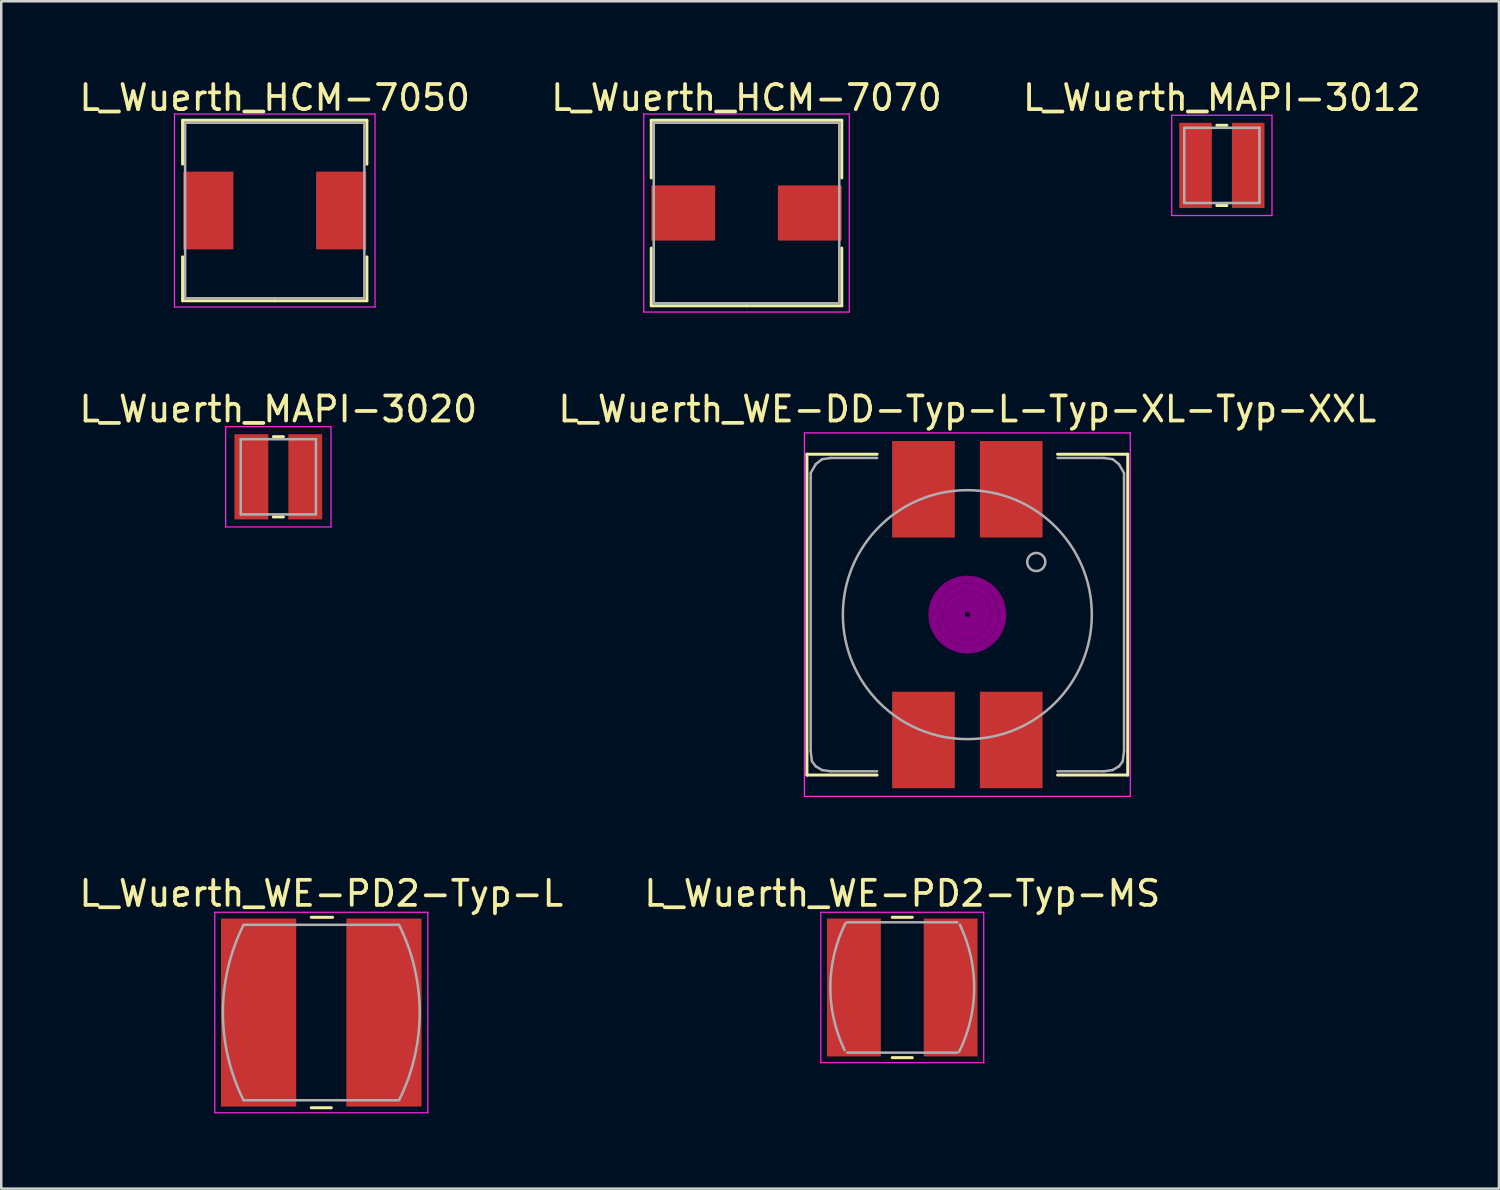
<source format=kicad_pcb>
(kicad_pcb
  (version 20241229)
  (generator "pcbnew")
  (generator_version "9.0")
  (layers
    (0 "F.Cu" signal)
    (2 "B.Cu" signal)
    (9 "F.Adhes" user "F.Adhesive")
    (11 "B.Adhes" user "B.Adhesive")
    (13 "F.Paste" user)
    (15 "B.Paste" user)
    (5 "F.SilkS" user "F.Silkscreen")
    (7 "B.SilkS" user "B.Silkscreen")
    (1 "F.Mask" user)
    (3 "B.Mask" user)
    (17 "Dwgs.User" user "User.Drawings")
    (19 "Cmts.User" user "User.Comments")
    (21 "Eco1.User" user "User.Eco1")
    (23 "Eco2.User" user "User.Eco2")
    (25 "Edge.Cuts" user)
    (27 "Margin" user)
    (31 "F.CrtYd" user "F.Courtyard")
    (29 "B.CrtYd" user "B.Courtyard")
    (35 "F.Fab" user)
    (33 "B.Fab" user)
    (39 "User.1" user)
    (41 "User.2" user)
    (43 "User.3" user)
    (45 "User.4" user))
  (footprint "L_Wuerth_MAPI-3012"
    (layer "F.Cu")
    (at 45.696 3.548)
    (property "Reference" "L_Wuerth_MAPI-3012" (at 0 -2.7 0) (layer "F.SilkS") (effects (font (size 1 1) (thickness 0.15))))
    (attr smd)
    (fp_line (start -0.2 -1.6) (end 0.2 -1.6) (stroke (width 0.12) (type solid)) (layer "F.SilkS"))
    (fp_line (start -0.2 1.6) (end 0.2 1.6) (stroke (width 0.12) (type solid)) (layer "F.SilkS"))
    (fp_line (start -2 -2) (end -2 2) (stroke (width 0.05) (type solid)) (layer "F.CrtYd"))
    (fp_line (start -2 2) (end 2 2) (stroke (width 0.05) (type solid)) (layer "F.CrtYd"))
    (fp_line (start 2 -2) (end -2 -2) (stroke (width 0.05) (type solid)) (layer "F.CrtYd"))
    (fp_line (start 2 2) (end 2 -2) (stroke (width 0.05) (type solid)) (layer "F.CrtYd"))
    (fp_line (start -1.5 -1.5) (end -1.5 1.5) (stroke (width 0.1) (type solid)) (layer "F.Fab"))
    (fp_line (start -1.5 1.5) (end 1.5 1.5) (stroke (width 0.1) (type solid)) (layer "F.Fab"))
    (fp_line (start 1.5 -1.5) (end -1.5 -1.5) (stroke (width 0.1) (type solid)) (layer "F.Fab"))
    (fp_line (start 1.5 1.5) (end 1.5 -1.5) (stroke (width 0.1) (type solid)) (layer "F.Fab"))
    (pad "1" smd rect (at -1.05 0) (size 1.3 3.4) (layers "F.Cu" "F.Mask" "F.Paste"))
    (pad "2" smd rect (at 1.05 0) (size 1.3 3.4) (layers "F.Cu" "F.Mask" "F.Paste")))
  (footprint "L_Wuerth_WE-PD2-Typ-L"
    (layer "F.Cu")
    (at 9.768 37.345)
    (property "Reference" "L_Wuerth_WE-PD2-Typ-L" (at 0 -4.75 0) (layer "F.SilkS") (effects (font (size 1 1) (thickness 0.15))))
    (attr smd)
    (fp_line (start -0.4 -3.8) (end 0.45 -3.8) (stroke (width 0.12) (type solid)) (layer "F.SilkS"))
    (fp_line (start -0.4 3.8) (end 0.4 3.8) (stroke (width 0.12) (type solid)) (layer "F.SilkS"))
    (fp_line (start -4.25 -4) (end 4.25 -4) (stroke (width 0.05) (type solid)) (layer "F.CrtYd"))
    (fp_line (start -4.25 4) (end -4.25 -4) (stroke (width 0.05) (type solid)) (layer "F.CrtYd"))
    (fp_line (start 4.25 -4) (end 4.25 4) (stroke (width 0.05) (type solid)) (layer "F.CrtYd"))
    (fp_line (start 4.25 4) (end -4.25 4) (stroke (width 0.05) (type solid)) (layer "F.CrtYd"))
    (fp_line (start -3.1 3.5) (end 3.1 3.5) (stroke (width 0.1) (type solid)) (layer "F.Fab"))
    (fp_line (start 3.1 -3.5) (end -3.1 -3.5) (stroke (width 0.1) (type solid)) (layer "F.Fab"))
    (fp_arc (start -3.1 3.5) (mid -3.926233 0.008885) (end -3.107929 -3.484096) (stroke (width 0.1) (type solid)) (layer "F.Fab"))
    (fp_arc (start 3.1 -3.5) (mid 3.926233 -0.008885) (end 3.107929 3.484096) (stroke (width 0.1) (type solid)) (layer "F.Fab"))
    (pad "1" smd rect (at -2.5 0) (size 3 7.5) (layers "F.Cu" "F.Mask" "F.Paste"))
    (pad "2" smd rect (at 2.5 0) (size 3 7.5) (layers "F.Cu" "F.Mask" "F.Paste")))
  (footprint "L_Wuerth_WE-PD2-Typ-MS"
    (layer "F.Cu")
    (at 32.946 36.345)
    (property "Reference" "L_Wuerth_WE-PD2-Typ-MS" (at 0 -3.75 0) (layer "F.SilkS") (effects (font (size 1 1) (thickness 0.15))))
    (attr smd)
    (fp_line (start -0.4 -2.8) (end 0.4 -2.8) (stroke (width 0.12) (type solid)) (layer "F.SilkS"))
    (fp_line (start -0.4 2.8) (end 0.4 2.8) (stroke (width 0.12) (type solid)) (layer "F.SilkS"))
    (fp_line (start -3.25 -3) (end 3.25 -3) (stroke (width 0.05) (type solid)) (layer "F.CrtYd"))
    (fp_line (start -3.25 3) (end -3.25 -3) (stroke (width 0.05) (type solid)) (layer "F.CrtYd"))
    (fp_line (start 3.25 -3) (end 3.25 3) (stroke (width 0.05) (type solid)) (layer "F.CrtYd"))
    (fp_line (start 3.25 3) (end -3.25 3) (stroke (width 0.05) (type solid)) (layer "F.CrtYd"))
    (fp_line (start -2.2 -2.6) (end 2.2 -2.6) (stroke (width 0.1) (type solid)) (layer "F.Fab"))
    (fp_line (start 2.2 2.6) (end -2.2 2.6) (stroke (width 0.1) (type solid)) (layer "F.Fab"))
    (fp_arc (start -2.3 2.5) (mid -2.869657 -0.032545) (end -2.271467 -2.558502) (stroke (width 0.1) (type solid)) (layer "F.Fab"))
    (fp_arc (start 2.3 -2.5) (mid 2.869657 0.032545) (end 2.271467 2.558502) (stroke (width 0.1) (type solid)) (layer "F.Fab"))
    (pad "1" smd rect (at -1.93 0) (size 2.15 5.5) (layers "F.Cu" "F.Mask" "F.Paste"))
    (pad "2" smd rect (at 1.93 0) (size 2.15 5.5) (layers "F.Cu" "F.Mask" "F.Paste")))
  (footprint "L_Wuerth_MAPI-3020"
    (layer "F.Cu")
    (at 8.054 15.972)
    (property "Reference" "L_Wuerth_MAPI-3020" (at 0 -2.7 0) (layer "F.SilkS") (effects (font (size 1 1) (thickness 0.15))))
    (attr smd)
    (fp_line (start -0.2 -1.6) (end 0.2 -1.6) (stroke (width 0.12) (type solid)) (layer "F.SilkS"))
    (fp_line (start -0.2 1.6) (end 0.2 1.6) (stroke (width 0.12) (type solid)) (layer "F.SilkS"))
    (fp_line (start -2.1 -2) (end -2.1 2) (stroke (width 0.05) (type solid)) (layer "F.CrtYd"))
    (fp_line (start -2.1 2) (end 2.1 2) (stroke (width 0.05) (type solid)) (layer "F.CrtYd"))
    (fp_line (start 2.1 -2) (end -2.1 -2) (stroke (width 0.05) (type solid)) (layer "F.CrtYd"))
    (fp_line (start 2.1 2) (end 2.1 -2) (stroke (width 0.05) (type solid)) (layer "F.CrtYd"))
    (fp_line (start -1.5 -1.5) (end -1.5 1.5) (stroke (width 0.1) (type solid)) (layer "F.Fab"))
    (fp_line (start -1.5 1.5) (end 1.5 1.5) (stroke (width 0.1) (type solid)) (layer "F.Fab"))
    (fp_line (start 1.5 -1.5) (end -1.5 -1.5) (stroke (width 0.1) (type solid)) (layer "F.Fab"))
    (fp_line (start 1.5 1.5) (end 1.5 -1.5) (stroke (width 0.1) (type solid)) (layer "F.Fab"))
    (pad "1" smd rect (at -1.075 0) (size 1.35 3.4) (layers "F.Cu" "F.Mask" "F.Paste"))
    (pad "2" smd rect (at 1.075 0) (size 1.35 3.4) (layers "F.Cu" "F.Mask" "F.Paste")))
  (footprint "L_Wuerth_HCM-7050"
    (layer "F.Cu")
    (at 7.911 5.348)
    (property "Reference" "L_Wuerth_HCM-7050" (at 0 -4.5 0) (layer "F.SilkS") (effects (font (size 1 1) (thickness 0.15))))
    (attr smd)
    (fp_line (start -3.675 -3.6) (end 0 -3.6) (stroke (width 0.12) (type solid)) (layer "F.SilkS"))
    (fp_line (start -3.675 -1.85) (end -3.675 -3.6) (stroke (width 0.12) (type solid)) (layer "F.SilkS"))
    (fp_line (start -3.675 1.85) (end -3.675 3.6) (stroke (width 0.12) (type solid)) (layer "F.SilkS"))
    (fp_line (start -3.675 3.6) (end 0 3.6) (stroke (width 0.12) (type solid)) (layer "F.SilkS"))
    (fp_line (start 3.675 -3.6) (end 0 -3.6) (stroke (width 0.12) (type solid)) (layer "F.SilkS"))
    (fp_line (start 3.675 -1.85) (end 3.675 -3.6) (stroke (width 0.12) (type solid)) (layer "F.SilkS"))
    (fp_line (start 3.675 1.85) (end 3.675 3.6) (stroke (width 0.12) (type solid)) (layer "F.SilkS"))
    (fp_line (start 3.675 3.6) (end 0 3.6) (stroke (width 0.12) (type solid)) (layer "F.SilkS"))
    (fp_line (start -4 -3.85) (end -4 3.85) (stroke (width 0.05) (type solid)) (layer "F.CrtYd"))
    (fp_line (start -4 3.85) (end 4 3.85) (stroke (width 0.05) (type solid)) (layer "F.CrtYd"))
    (fp_line (start 4 -3.85) (end -4 -3.85) (stroke (width 0.05) (type solid)) (layer "F.CrtYd"))
    (fp_line (start 4 3.85) (end 4 -3.85) (stroke (width 0.05) (type solid)) (layer "F.CrtYd"))
    (fp_line (start -3.575 -3.5) (end -3.575 3.5) (stroke (width 0.1) (type solid)) (layer "F.Fab"))
    (fp_line (start -3.575 3.5) (end 3.575 3.5) (stroke (width 0.1) (type solid)) (layer "F.Fab"))
    (fp_line (start 3.575 -3.5) (end -3.575 -3.5) (stroke (width 0.1) (type solid)) (layer "F.Fab"))
    (fp_line (start 3.575 3.5) (end 3.575 -3.5) (stroke (width 0.1) (type solid)) (layer "F.Fab"))
    (pad "1" smd rect (at -2.65 0) (size 2 3.1) (layers "F.Cu" "F.Mask" "F.Paste"))
    (pad "2" smd rect (at 2.65 0) (size 2 3.1) (layers "F.Cu" "F.Mask" "F.Paste")))
  (footprint "L_Wuerth_WE-DD-Typ-L-Typ-XL-Typ-XXL"
    (layer "F.Cu")
    (at 35.542 21.471)
    (property "Reference" "L_Wuerth_WE-DD-Typ-L-Typ-XL-Typ-XXL" (at 0 -8.2 0) (layer "F.SilkS") (effects (font (size 1 1) (thickness 0.15))))
    (attr smd)
    (fp_line (start -6.4 -6.4) (end -3.6 -6.4) (stroke (width 0.12) (type solid)) (layer "F.SilkS"))
    (fp_line (start -6.4 6.4) (end -6.4 -6.4) (stroke (width 0.12) (type solid)) (layer "F.SilkS"))
    (fp_line (start -3.6 6.4) (end -6.4 6.4) (stroke (width 0.12) (type solid)) (layer "F.SilkS"))
    (fp_line (start 3.6 -6.4) (end 6.4 -6.4) (stroke (width 0.12) (type solid)) (layer "F.SilkS"))
    (fp_line (start 6.4 -6.4) (end 6.4 6.4) (stroke (width 0.12) (type solid)) (layer "F.SilkS"))
    (fp_line (start 6.4 6.4) (end 3.6 6.4) (stroke (width 0.12) (type solid)) (layer "F.SilkS"))
    (fp_circle (center 0 0) (end 0.1 0) (stroke (width 0.3) (type solid)) (fill no) (layer "F.Adhes"))
    (fp_circle (center 0 0) (end 0.3 0.1) (stroke (width 0.3) (type solid)) (fill no) (layer "F.Adhes"))
    (fp_circle (center 0 0) (end 0.6 0) (stroke (width 0.3) (type solid)) (fill no) (layer "F.Adhes"))
    (fp_circle (center 0 0) (end 0.8 -0.1) (stroke (width 0.3) (type solid)) (fill no) (layer "F.Adhes"))
    (fp_circle (center 0 0) (end 1.1 -0.1) (stroke (width 0.3) (type solid)) (fill no) (layer "F.Adhes"))
    (fp_circle (center 0 0) (end 1.4 -0.1) (stroke (width 0.3) (type solid)) (fill no) (layer "F.Adhes"))
    (fp_line (start -6.5 -7.25) (end 6.5 -7.25) (stroke (width 0.05) (type solid)) (layer "F.CrtYd"))
    (fp_line (start -6.5 7.25) (end -6.5 -7.25) (stroke (width 0.05) (type solid)) (layer "F.CrtYd"))
    (fp_line (start 6.5 -7.25) (end 6.5 7.25) (stroke (width 0.05) (type solid)) (layer "F.CrtYd"))
    (fp_line (start 6.5 7.25) (end -6.5 7.25) (stroke (width 0.05) (type solid)) (layer "F.CrtYd"))
    (fp_line (start -6.25 -5.65) (end -6.25 -5.45) (stroke (width 0.1) (type solid)) (layer "F.Fab"))
    (fp_line (start -6.25 -5.45) (end -6.25 5.45) (stroke (width 0.1) (type solid)) (layer "F.Fab"))
    (fp_line (start -6.2 5.85) (end -6.25 5.45) (stroke (width 0.1) (type solid)) (layer "F.Fab"))
    (fp_line (start -6.05 -6) (end -6.25 -5.65) (stroke (width 0.1) (type solid)) (layer "F.Fab"))
    (fp_line (start -6.05 6.05) (end -6.2 5.85) (stroke (width 0.1) (type solid)) (layer "F.Fab"))
    (fp_line (start -5.8 -6.2) (end -6.05 -6) (stroke (width 0.1) (type solid)) (layer "F.Fab"))
    (fp_line (start -5.8 6.2) (end -6.05 6.05) (stroke (width 0.1) (type solid)) (layer "F.Fab"))
    (fp_line (start -5.45 -6.25) (end -5.8 -6.2) (stroke (width 0.1) (type solid)) (layer "F.Fab"))
    (fp_line (start -5.45 6.25) (end -5.8 6.2) (stroke (width 0.1) (type solid)) (layer "F.Fab"))
    (fp_line (start -3.6 -6.25) (end -5.45 -6.25) (stroke (width 0.1) (type solid)) (layer "F.Fab"))
    (fp_line (start -3.6 6.25) (end -5.45 6.25) (stroke (width 0.1) (type solid)) (layer "F.Fab"))
    (fp_line (start 3.6 -6.25) (end 5.45 -6.25) (stroke (width 0.1) (type solid)) (layer "F.Fab"))
    (fp_line (start 3.6 6.25) (end 5.45 6.25) (stroke (width 0.1) (type solid)) (layer "F.Fab"))
    (fp_line (start 5.45 -6.25) (end 5.8 -6.2) (stroke (width 0.1) (type solid)) (layer "F.Fab"))
    (fp_line (start 5.45 6.25) (end 5.8 6.2) (stroke (width 0.1) (type solid)) (layer "F.Fab"))
    (fp_line (start 5.8 -6.2) (end 6.05 -6) (stroke (width 0.1) (type solid)) (layer "F.Fab"))
    (fp_line (start 5.8 6.2) (end 6.05 6.05) (stroke (width 0.1) (type solid)) (layer "F.Fab"))
    (fp_line (start 6.05 -6) (end 6.25 -5.65) (stroke (width 0.1) (type solid)) (layer "F.Fab"))
    (fp_line (start 6.05 6.05) (end 6.2 5.85) (stroke (width 0.1) (type solid)) (layer "F.Fab"))
    (fp_line (start 6.2 5.85) (end 6.25 5.45) (stroke (width 0.1) (type solid)) (layer "F.Fab"))
    (fp_line (start 6.25 -5.65) (end 6.25 -5.45) (stroke (width 0.1) (type solid)) (layer "F.Fab"))
    (fp_line (start 6.25 -5.45) (end 6.25 5.45) (stroke (width 0.1) (type solid)) (layer "F.Fab"))
    (fp_circle (center 0 0) (end 2.1 4.5) (stroke (width 0.1) (type solid)) (fill no) (layer "F.Fab"))
    (fp_circle (center 2.75 -2.1) (end 3.05 -1.9) (stroke (width 0.1) (type solid)) (fill no) (layer "F.Fab"))
    (pad "1" smd rect (at -1.75 -5) (size 2.5 3.85) (layers "F.Cu" "F.Mask" "F.Paste"))
    (pad "2" smd rect (at 1.75 -5) (size 2.5 3.85) (layers "F.Cu" "F.Mask" "F.Paste"))
    (pad "3" smd rect (at 1.75 5) (size 2.5 3.85) (layers "F.Cu" "F.Mask" "F.Paste"))
    (pad "4" smd rect (at -1.75 5) (size 2.5 3.85) (layers "F.Cu" "F.Mask" "F.Paste")))
  (footprint "L_Wuerth_HCM-7070"
    (layer "F.Cu")
    (at 26.732 5.448)
    (property "Reference" "L_Wuerth_HCM-7070" (at 0 -4.6 0) (layer "F.SilkS") (effects (font (size 1 1) (thickness 0.15))))
    (attr smd)
    (fp_line (start -3.8 -3.7) (end 0 -3.7) (stroke (width 0.12) (type solid)) (layer "F.SilkS"))
    (fp_line (start -3.8 -1.4) (end -3.8 -3.7) (stroke (width 0.12) (type solid)) (layer "F.SilkS"))
    (fp_line (start -3.8 1.4) (end -3.8 3.7) (stroke (width 0.12) (type solid)) (layer "F.SilkS"))
    (fp_line (start -3.8 3.7) (end 0 3.7) (stroke (width 0.12) (type solid)) (layer "F.SilkS"))
    (fp_line (start 3.8 -3.7) (end 0 -3.7) (stroke (width 0.12) (type solid)) (layer "F.SilkS"))
    (fp_line (start 3.8 -1.4) (end 3.8 -3.7) (stroke (width 0.12) (type solid)) (layer "F.SilkS"))
    (fp_line (start 3.8 1.4) (end 3.8 3.7) (stroke (width 0.12) (type solid)) (layer "F.SilkS"))
    (fp_line (start 3.8 3.7) (end 0 3.7) (stroke (width 0.12) (type solid)) (layer "F.SilkS"))
    (fp_line (start -4.1 -3.95) (end -4.1 3.95) (stroke (width 0.05) (type solid)) (layer "F.CrtYd"))
    (fp_line (start -4.1 3.95) (end 4.1 3.95) (stroke (width 0.05) (type solid)) (layer "F.CrtYd"))
    (fp_line (start 4.1 -3.95) (end -4.1 -3.95) (stroke (width 0.05) (type solid)) (layer "F.CrtYd"))
    (fp_line (start 4.1 3.95) (end 4.1 -3.95) (stroke (width 0.05) (type solid)) (layer "F.CrtYd"))
    (fp_line (start -3.7 -3.6) (end -3.7 3.6) (stroke (width 0.1) (type solid)) (layer "F.Fab"))
    (fp_line (start -3.7 3.6) (end 3.7 3.6) (stroke (width 0.1) (type solid)) (layer "F.Fab"))
    (fp_line (start 3.7 -3.6) (end -3.7 -3.6) (stroke (width 0.1) (type solid)) (layer "F.Fab"))
    (fp_line (start 3.7 3.6) (end 3.7 -3.6) (stroke (width 0.1) (type solid)) (layer "F.Fab"))
    (pad "1" smd rect (at -2.525 0) (size 2.55 2.2) (layers "F.Cu" "F.Mask" "F.Paste"))
    (pad "2" smd rect (at 2.525 0) (size 2.55 2.2) (layers "F.Cu" "F.Mask" "F.Paste")))
  (gr_rect
    (start -3 -3)
    (end 56.75 44.37)
    (stroke (width 0.1) (type default))
    (fill no)
    (layer "Edge.Cuts")))
</source>
